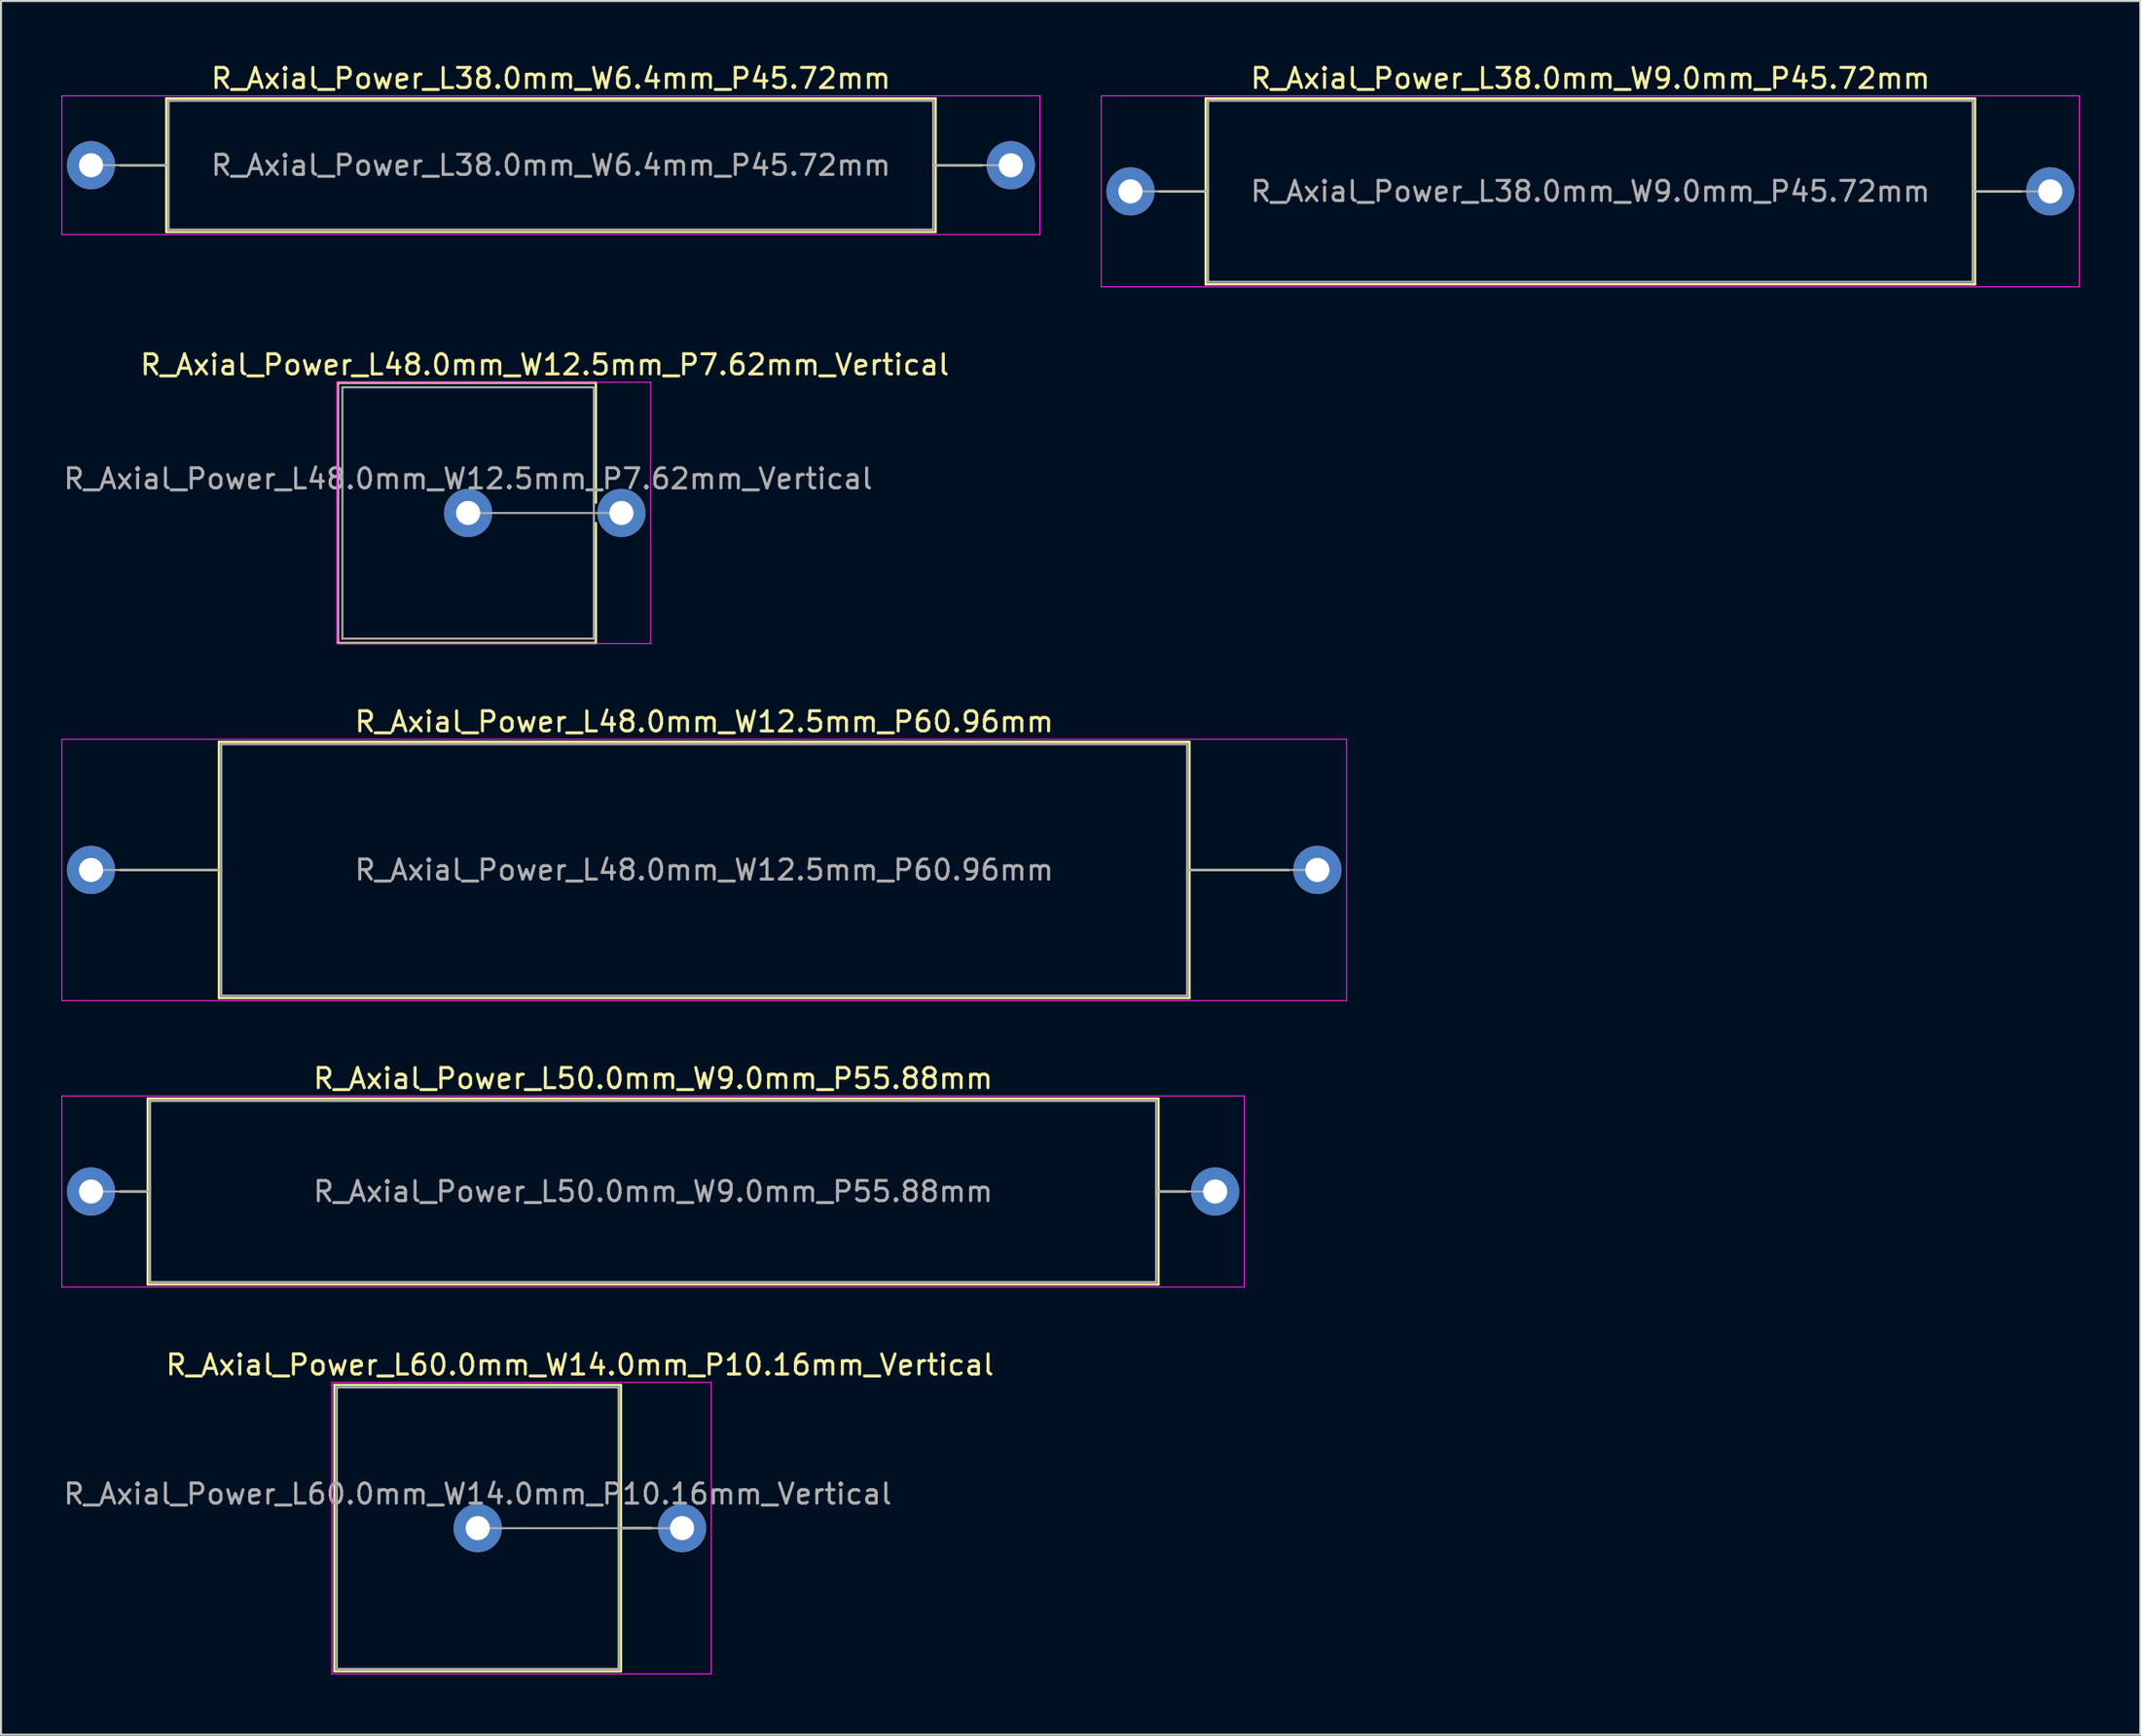
<source format=kicad_pcb>
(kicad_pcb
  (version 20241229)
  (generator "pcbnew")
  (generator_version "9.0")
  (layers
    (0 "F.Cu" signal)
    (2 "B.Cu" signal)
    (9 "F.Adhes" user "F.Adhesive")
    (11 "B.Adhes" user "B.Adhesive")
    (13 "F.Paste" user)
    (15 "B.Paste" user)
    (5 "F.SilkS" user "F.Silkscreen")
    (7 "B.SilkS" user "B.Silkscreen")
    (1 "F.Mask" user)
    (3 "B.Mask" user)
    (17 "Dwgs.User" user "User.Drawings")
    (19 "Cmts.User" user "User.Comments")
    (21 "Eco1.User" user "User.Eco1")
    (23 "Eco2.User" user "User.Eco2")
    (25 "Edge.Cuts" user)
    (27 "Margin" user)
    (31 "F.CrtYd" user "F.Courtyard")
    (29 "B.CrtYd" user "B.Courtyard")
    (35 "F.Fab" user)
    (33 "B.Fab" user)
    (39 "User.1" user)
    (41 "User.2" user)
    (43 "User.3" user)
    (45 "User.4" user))
  (footprint "R_Axial_Power_L60.0mm_W14.0mm_P10.16mm_Vertical"
    (layer "F.Cu")
    (at 20.696 72.953)
    (property "Reference" "R_Axial_Power_L60.0mm_W14.0mm_P10.16mm_Vertical" (at 5.08 -8.12 0) (layer "F.SilkS") (effects (font (size 1 1) (thickness 0.15))))
    (attr through_hole)
    (fp_line (start -7.12 -7.12) (end -7.12 7.12) (stroke (width 0.12) (type solid)) (layer "F.SilkS"))
    (fp_line (start -7.12 7.12) (end 7.12 7.12) (stroke (width 0.12) (type solid)) (layer "F.SilkS"))
    (fp_line (start 7.12 -7.12) (end -7.12 -7.12) (stroke (width 0.12) (type solid)) (layer "F.SilkS"))
    (fp_line (start 7.12 0) (end 8.66 0) (stroke (width 0.12) (type solid)) (layer "F.SilkS"))
    (fp_line (start 7.12 7.12) (end 7.12 -7.12) (stroke (width 0.12) (type solid)) (layer "F.SilkS"))
    (fp_line (start -7.25 -7.25) (end -7.25 7.25) (stroke (width 0.05) (type solid)) (layer "F.CrtYd"))
    (fp_line (start -7.25 7.25) (end 11.61 7.25) (stroke (width 0.05) (type solid)) (layer "F.CrtYd"))
    (fp_line (start 11.61 -7.25) (end -7.25 -7.25) (stroke (width 0.05) (type solid)) (layer "F.CrtYd"))
    (fp_line (start 11.61 7.25) (end 11.61 -7.25) (stroke (width 0.05) (type solid)) (layer "F.CrtYd"))
    (fp_line (start -7 -7) (end -7 7) (stroke (width 0.1) (type solid)) (layer "F.Fab"))
    (fp_line (start -7 7) (end 7 7) (stroke (width 0.1) (type solid)) (layer "F.Fab"))
    (fp_line (start 0 0) (end 10.16 0) (stroke (width 0.1) (type solid)) (layer "F.Fab"))
    (fp_line (start 7 -7) (end -7 -7) (stroke (width 0.1) (type solid)) (layer "F.Fab"))
    (fp_line (start 7 7) (end 7 -7) (stroke (width 0.1) (type solid)) (layer "F.Fab"))
    (fp_text user "${REFERENCE}" (at 0 -1.7 0) (layer "F.Fab") (effects (font (size 1 1) (thickness 0.15))))
    (pad "1" thru_hole circle (at 0 0) (size 2.4 2.4) (drill 1.2) (layers "*.Cu" "*.Mask"))
    (pad "2" thru_hole oval (at 10.16 0) (size 2.4 2.4) (drill 1.2) (layers "*.Cu" "*.Mask")))
  (footprint "R_Axial_Power_L38.0mm_W6.4mm_P45.72mm"
    (layer "F.Cu")
    (at 1.475 5.168)
    (property "Reference" "R_Axial_Power_L38.0mm_W6.4mm_P45.72mm" (at 22.86 -4.32 0) (layer "F.SilkS") (effects (font (size 1 1) (thickness 0.15))))
    (attr through_hole)
    (fp_line (start 1.44 0) (end 3.74 0) (stroke (width 0.12) (type solid)) (layer "F.SilkS"))
    (fp_line (start 3.74 -3.32) (end 3.74 3.32) (stroke (width 0.12) (type solid)) (layer "F.SilkS"))
    (fp_line (start 3.74 3.32) (end 41.98 3.32) (stroke (width 0.12) (type solid)) (layer "F.SilkS"))
    (fp_line (start 41.98 -3.32) (end 3.74 -3.32) (stroke (width 0.12) (type solid)) (layer "F.SilkS"))
    (fp_line (start 41.98 3.32) (end 41.98 -3.32) (stroke (width 0.12) (type solid)) (layer "F.SilkS"))
    (fp_line (start 44.28 0) (end 41.98 0) (stroke (width 0.12) (type solid)) (layer "F.SilkS"))
    (fp_line (start -1.45 -3.45) (end -1.45 3.45) (stroke (width 0.05) (type solid)) (layer "F.CrtYd"))
    (fp_line (start -1.45 3.45) (end 47.17 3.45) (stroke (width 0.05) (type solid)) (layer "F.CrtYd"))
    (fp_line (start 47.17 -3.45) (end -1.45 -3.45) (stroke (width 0.05) (type solid)) (layer "F.CrtYd"))
    (fp_line (start 47.17 3.45) (end 47.17 -3.45) (stroke (width 0.05) (type solid)) (layer "F.CrtYd"))
    (fp_line (start 0 0) (end 3.86 0) (stroke (width 0.1) (type solid)) (layer "F.Fab"))
    (fp_line (start 3.86 -3.2) (end 3.86 3.2) (stroke (width 0.1) (type solid)) (layer "F.Fab"))
    (fp_line (start 3.86 3.2) (end 41.86 3.2) (stroke (width 0.1) (type solid)) (layer "F.Fab"))
    (fp_line (start 41.86 -3.2) (end 3.86 -3.2) (stroke (width 0.1) (type solid)) (layer "F.Fab"))
    (fp_line (start 41.86 3.2) (end 41.86 -3.2) (stroke (width 0.1) (type solid)) (layer "F.Fab"))
    (fp_line (start 45.72 0) (end 41.86 0) (stroke (width 0.1) (type solid)) (layer "F.Fab"))
    (fp_text user "${REFERENCE}" (at 22.86 0 0) (layer "F.Fab") (effects (font (size 1 1) (thickness 0.15))))
    (pad "1" thru_hole circle (at 0 0) (size 2.4 2.4) (drill 1.2) (layers "*.Cu" "*.Mask"))
    (pad "2" thru_hole oval (at 45.72 0) (size 2.4 2.4) (drill 1.2) (layers "*.Cu" "*.Mask")))
  (footprint "R_Axial_Power_L50.0mm_W9.0mm_P55.88mm"
    (layer "F.Cu")
    (at 1.475 56.21)
    (property "Reference" "R_Axial_Power_L50.0mm_W9.0mm_P55.88mm" (at 27.94 -5.62 0) (layer "F.SilkS") (effects (font (size 1 1) (thickness 0.15))))
    (attr through_hole)
    (fp_line (start 1.44 0) (end 2.82 0) (stroke (width 0.12) (type solid)) (layer "F.SilkS"))
    (fp_line (start 2.82 -4.62) (end 2.82 4.62) (stroke (width 0.12) (type solid)) (layer "F.SilkS"))
    (fp_line (start 2.82 4.62) (end 53.06 4.62) (stroke (width 0.12) (type solid)) (layer "F.SilkS"))
    (fp_line (start 53.06 -4.62) (end 2.82 -4.62) (stroke (width 0.12) (type solid)) (layer "F.SilkS"))
    (fp_line (start 53.06 4.62) (end 53.06 -4.62) (stroke (width 0.12) (type solid)) (layer "F.SilkS"))
    (fp_line (start 54.44 0) (end 53.06 0) (stroke (width 0.12) (type solid)) (layer "F.SilkS"))
    (fp_line (start -1.45 -4.75) (end -1.45 4.75) (stroke (width 0.05) (type solid)) (layer "F.CrtYd"))
    (fp_line (start -1.45 4.75) (end 57.33 4.75) (stroke (width 0.05) (type solid)) (layer "F.CrtYd"))
    (fp_line (start 57.33 -4.75) (end -1.45 -4.75) (stroke (width 0.05) (type solid)) (layer "F.CrtYd"))
    (fp_line (start 57.33 4.75) (end 57.33 -4.75) (stroke (width 0.05) (type solid)) (layer "F.CrtYd"))
    (fp_line (start 0 0) (end 2.94 0) (stroke (width 0.1) (type solid)) (layer "F.Fab"))
    (fp_line (start 2.94 -4.5) (end 2.94 4.5) (stroke (width 0.1) (type solid)) (layer "F.Fab"))
    (fp_line (start 2.94 4.5) (end 52.94 4.5) (stroke (width 0.1) (type solid)) (layer "F.Fab"))
    (fp_line (start 52.94 -4.5) (end 2.94 -4.5) (stroke (width 0.1) (type solid)) (layer "F.Fab"))
    (fp_line (start 52.94 4.5) (end 52.94 -4.5) (stroke (width 0.1) (type solid)) (layer "F.Fab"))
    (fp_line (start 55.88 0) (end 52.94 0) (stroke (width 0.1) (type solid)) (layer "F.Fab"))
    (fp_text user "${REFERENCE}" (at 27.94 0 0) (layer "F.Fab") (effects (font (size 1 1) (thickness 0.15))))
    (pad "1" thru_hole circle (at 0 0) (size 2.4 2.4) (drill 1.2) (layers "*.Cu" "*.Mask"))
    (pad "2" thru_hole oval (at 55.88 0) (size 2.4 2.4) (drill 1.2) (layers "*.Cu" "*.Mask")))
  (footprint "R_Axial_Power_L48.0mm_W12.5mm_P60.96mm"
    (layer "F.Cu")
    (at 1.475 40.217)
    (property "Reference" "R_Axial_Power_L48.0mm_W12.5mm_P60.96mm" (at 30.48 -7.37 0) (layer "F.SilkS") (effects (font (size 1 1) (thickness 0.15))))
    (attr through_hole)
    (fp_line (start 1.44 0) (end 6.36 0) (stroke (width 0.12) (type solid)) (layer "F.SilkS"))
    (fp_line (start 6.36 -6.37) (end 6.36 6.37) (stroke (width 0.12) (type solid)) (layer "F.SilkS"))
    (fp_line (start 6.36 6.37) (end 54.6 6.37) (stroke (width 0.12) (type solid)) (layer "F.SilkS"))
    (fp_line (start 54.6 -6.37) (end 6.36 -6.37) (stroke (width 0.12) (type solid)) (layer "F.SilkS"))
    (fp_line (start 54.6 6.37) (end 54.6 -6.37) (stroke (width 0.12) (type solid)) (layer "F.SilkS"))
    (fp_line (start 59.52 0) (end 54.6 0) (stroke (width 0.12) (type solid)) (layer "F.SilkS"))
    (fp_line (start -1.45 -6.5) (end -1.45 6.5) (stroke (width 0.05) (type solid)) (layer "F.CrtYd"))
    (fp_line (start -1.45 6.5) (end 62.41 6.5) (stroke (width 0.05) (type solid)) (layer "F.CrtYd"))
    (fp_line (start 62.41 -6.5) (end -1.45 -6.5) (stroke (width 0.05) (type solid)) (layer "F.CrtYd"))
    (fp_line (start 62.41 6.5) (end 62.41 -6.5) (stroke (width 0.05) (type solid)) (layer "F.CrtYd"))
    (fp_line (start 0 0) (end 6.48 0) (stroke (width 0.1) (type solid)) (layer "F.Fab"))
    (fp_line (start 6.48 -6.25) (end 6.48 6.25) (stroke (width 0.1) (type solid)) (layer "F.Fab"))
    (fp_line (start 6.48 6.25) (end 54.48 6.25) (stroke (width 0.1) (type solid)) (layer "F.Fab"))
    (fp_line (start 54.48 -6.25) (end 6.48 -6.25) (stroke (width 0.1) (type solid)) (layer "F.Fab"))
    (fp_line (start 54.48 6.25) (end 54.48 -6.25) (stroke (width 0.1) (type solid)) (layer "F.Fab"))
    (fp_line (start 60.96 0) (end 54.48 0) (stroke (width 0.1) (type solid)) (layer "F.Fab"))
    (fp_text user "${REFERENCE}" (at 30.48 0 0) (layer "F.Fab") (effects (font (size 1 1) (thickness 0.15))))
    (pad "1" thru_hole circle (at 0 0) (size 2.4 2.4) (drill 1.2) (layers "*.Cu" "*.Mask"))
    (pad "2" thru_hole oval (at 60.96 0) (size 2.4 2.4) (drill 1.2) (layers "*.Cu" "*.Mask")))
  (footprint "R_Axial_Power_L38.0mm_W9.0mm_P45.72mm"
    (layer "F.Cu")
    (at 53.145 6.468)
    (property "Reference" "R_Axial_Power_L38.0mm_W9.0mm_P45.72mm" (at 22.86 -5.62 0) (layer "F.SilkS") (effects (font (size 1 1) (thickness 0.15))))
    (attr through_hole)
    (fp_line (start 1.44 0) (end 3.74 0) (stroke (width 0.12) (type solid)) (layer "F.SilkS"))
    (fp_line (start 3.74 -4.62) (end 3.74 4.62) (stroke (width 0.12) (type solid)) (layer "F.SilkS"))
    (fp_line (start 3.74 4.62) (end 41.98 4.62) (stroke (width 0.12) (type solid)) (layer "F.SilkS"))
    (fp_line (start 41.98 -4.62) (end 3.74 -4.62) (stroke (width 0.12) (type solid)) (layer "F.SilkS"))
    (fp_line (start 41.98 4.62) (end 41.98 -4.62) (stroke (width 0.12) (type solid)) (layer "F.SilkS"))
    (fp_line (start 44.28 0) (end 41.98 0) (stroke (width 0.12) (type solid)) (layer "F.SilkS"))
    (fp_line (start -1.45 -4.75) (end -1.45 4.75) (stroke (width 0.05) (type solid)) (layer "F.CrtYd"))
    (fp_line (start -1.45 4.75) (end 47.17 4.75) (stroke (width 0.05) (type solid)) (layer "F.CrtYd"))
    (fp_line (start 47.17 -4.75) (end -1.45 -4.75) (stroke (width 0.05) (type solid)) (layer "F.CrtYd"))
    (fp_line (start 47.17 4.75) (end 47.17 -4.75) (stroke (width 0.05) (type solid)) (layer "F.CrtYd"))
    (fp_line (start 0 0) (end 3.86 0) (stroke (width 0.1) (type solid)) (layer "F.Fab"))
    (fp_line (start 3.86 -4.5) (end 3.86 4.5) (stroke (width 0.1) (type solid)) (layer "F.Fab"))
    (fp_line (start 3.86 4.5) (end 41.86 4.5) (stroke (width 0.1) (type solid)) (layer "F.Fab"))
    (fp_line (start 41.86 -4.5) (end 3.86 -4.5) (stroke (width 0.1) (type solid)) (layer "F.Fab"))
    (fp_line (start 41.86 4.5) (end 41.86 -4.5) (stroke (width 0.1) (type solid)) (layer "F.Fab"))
    (fp_line (start 45.72 0) (end 41.86 0) (stroke (width 0.1) (type solid)) (layer "F.Fab"))
    (fp_text user "${REFERENCE}" (at 22.86 0 0) (layer "F.Fab") (effects (font (size 1 1) (thickness 0.15))))
    (pad "1" thru_hole circle (at 0 0) (size 2.4 2.4) (drill 1.2) (layers "*.Cu" "*.Mask"))
    (pad "2" thru_hole oval (at 45.72 0) (size 2.4 2.4) (drill 1.2) (layers "*.Cu" "*.Mask")))
  (footprint "R_Axial_Power_L48.0mm_W12.5mm_P7.62mm_Vertical"
    (layer "F.Cu")
    (at 20.22 22.462)
    (property "Reference" "R_Axial_Power_L48.0mm_W12.5mm_P7.62mm_Vertical" (at 3.81 -7.37 0) (layer "F.SilkS") (effects (font (size 1 1) (thickness 0.15))))
    (attr through_hole)
    (fp_line (start -6.477 -6.477) (end -6.477 6.477) (stroke (width 0.12) (type solid)) (layer "F.SilkS"))
    (fp_line (start -6.477 6.477) (end 6.35 6.477) (stroke (width 0.12) (type solid)) (layer "F.SilkS"))
    (fp_line (start 6.35 -6.477) (end -6.477 -6.477) (stroke (width 0.12) (type solid)) (layer "F.SilkS"))
    (fp_line (start 6.35 -0.508) (end 6.35 -6.477) (stroke (width 0.12) (type solid)) (layer "F.SilkS"))
    (fp_line (start 6.35 6.477) (end 6.35 0.508) (stroke (width 0.12) (type solid)) (layer "F.SilkS"))
    (fp_line (start -6.5 -6.5) (end -6.5 6.5) (stroke (width 0.05) (type solid)) (layer "F.CrtYd"))
    (fp_line (start -6.5 6.5) (end 9.07 6.5) (stroke (width 0.05) (type solid)) (layer "F.CrtYd"))
    (fp_line (start 9.07 -6.5) (end -6.5 -6.5) (stroke (width 0.05) (type solid)) (layer "F.CrtYd"))
    (fp_line (start 9.07 6.5) (end 9.07 -6.5) (stroke (width 0.05) (type solid)) (layer "F.CrtYd"))
    (fp_line (start -6.25 -6.25) (end -6.25 6.25) (stroke (width 0.1) (type solid)) (layer "F.Fab"))
    (fp_line (start -6.25 6.25) (end 6.25 6.25) (stroke (width 0.1) (type solid)) (layer "F.Fab"))
    (fp_line (start 0 0) (end 7.62 0) (stroke (width 0.1) (type solid)) (layer "F.Fab"))
    (fp_line (start 6.25 -6.25) (end -6.25 -6.25) (stroke (width 0.1) (type solid)) (layer "F.Fab"))
    (fp_line (start 6.25 6.25) (end 6.25 -6.25) (stroke (width 0.1) (type solid)) (layer "F.Fab"))
    (fp_text user "${REFERENCE}" (at 0 -1.7 0) (layer "F.Fab") (effects (font (size 1 1) (thickness 0.15))))
    (pad "1" thru_hole circle (at 0 0) (size 2.4 2.4) (drill 1.2) (layers "*.Cu" "*.Mask"))
    (pad "2" thru_hole oval (at 7.62 0) (size 2.4 2.4) (drill 1.2) (layers "*.Cu" "*.Mask")))
  (gr_rect
    (start -3 -3)
    (end 103.34 83.228)
    (stroke (width 0.1) (type default))
    (fill no)
    (layer "Edge.Cuts")))
</source>
